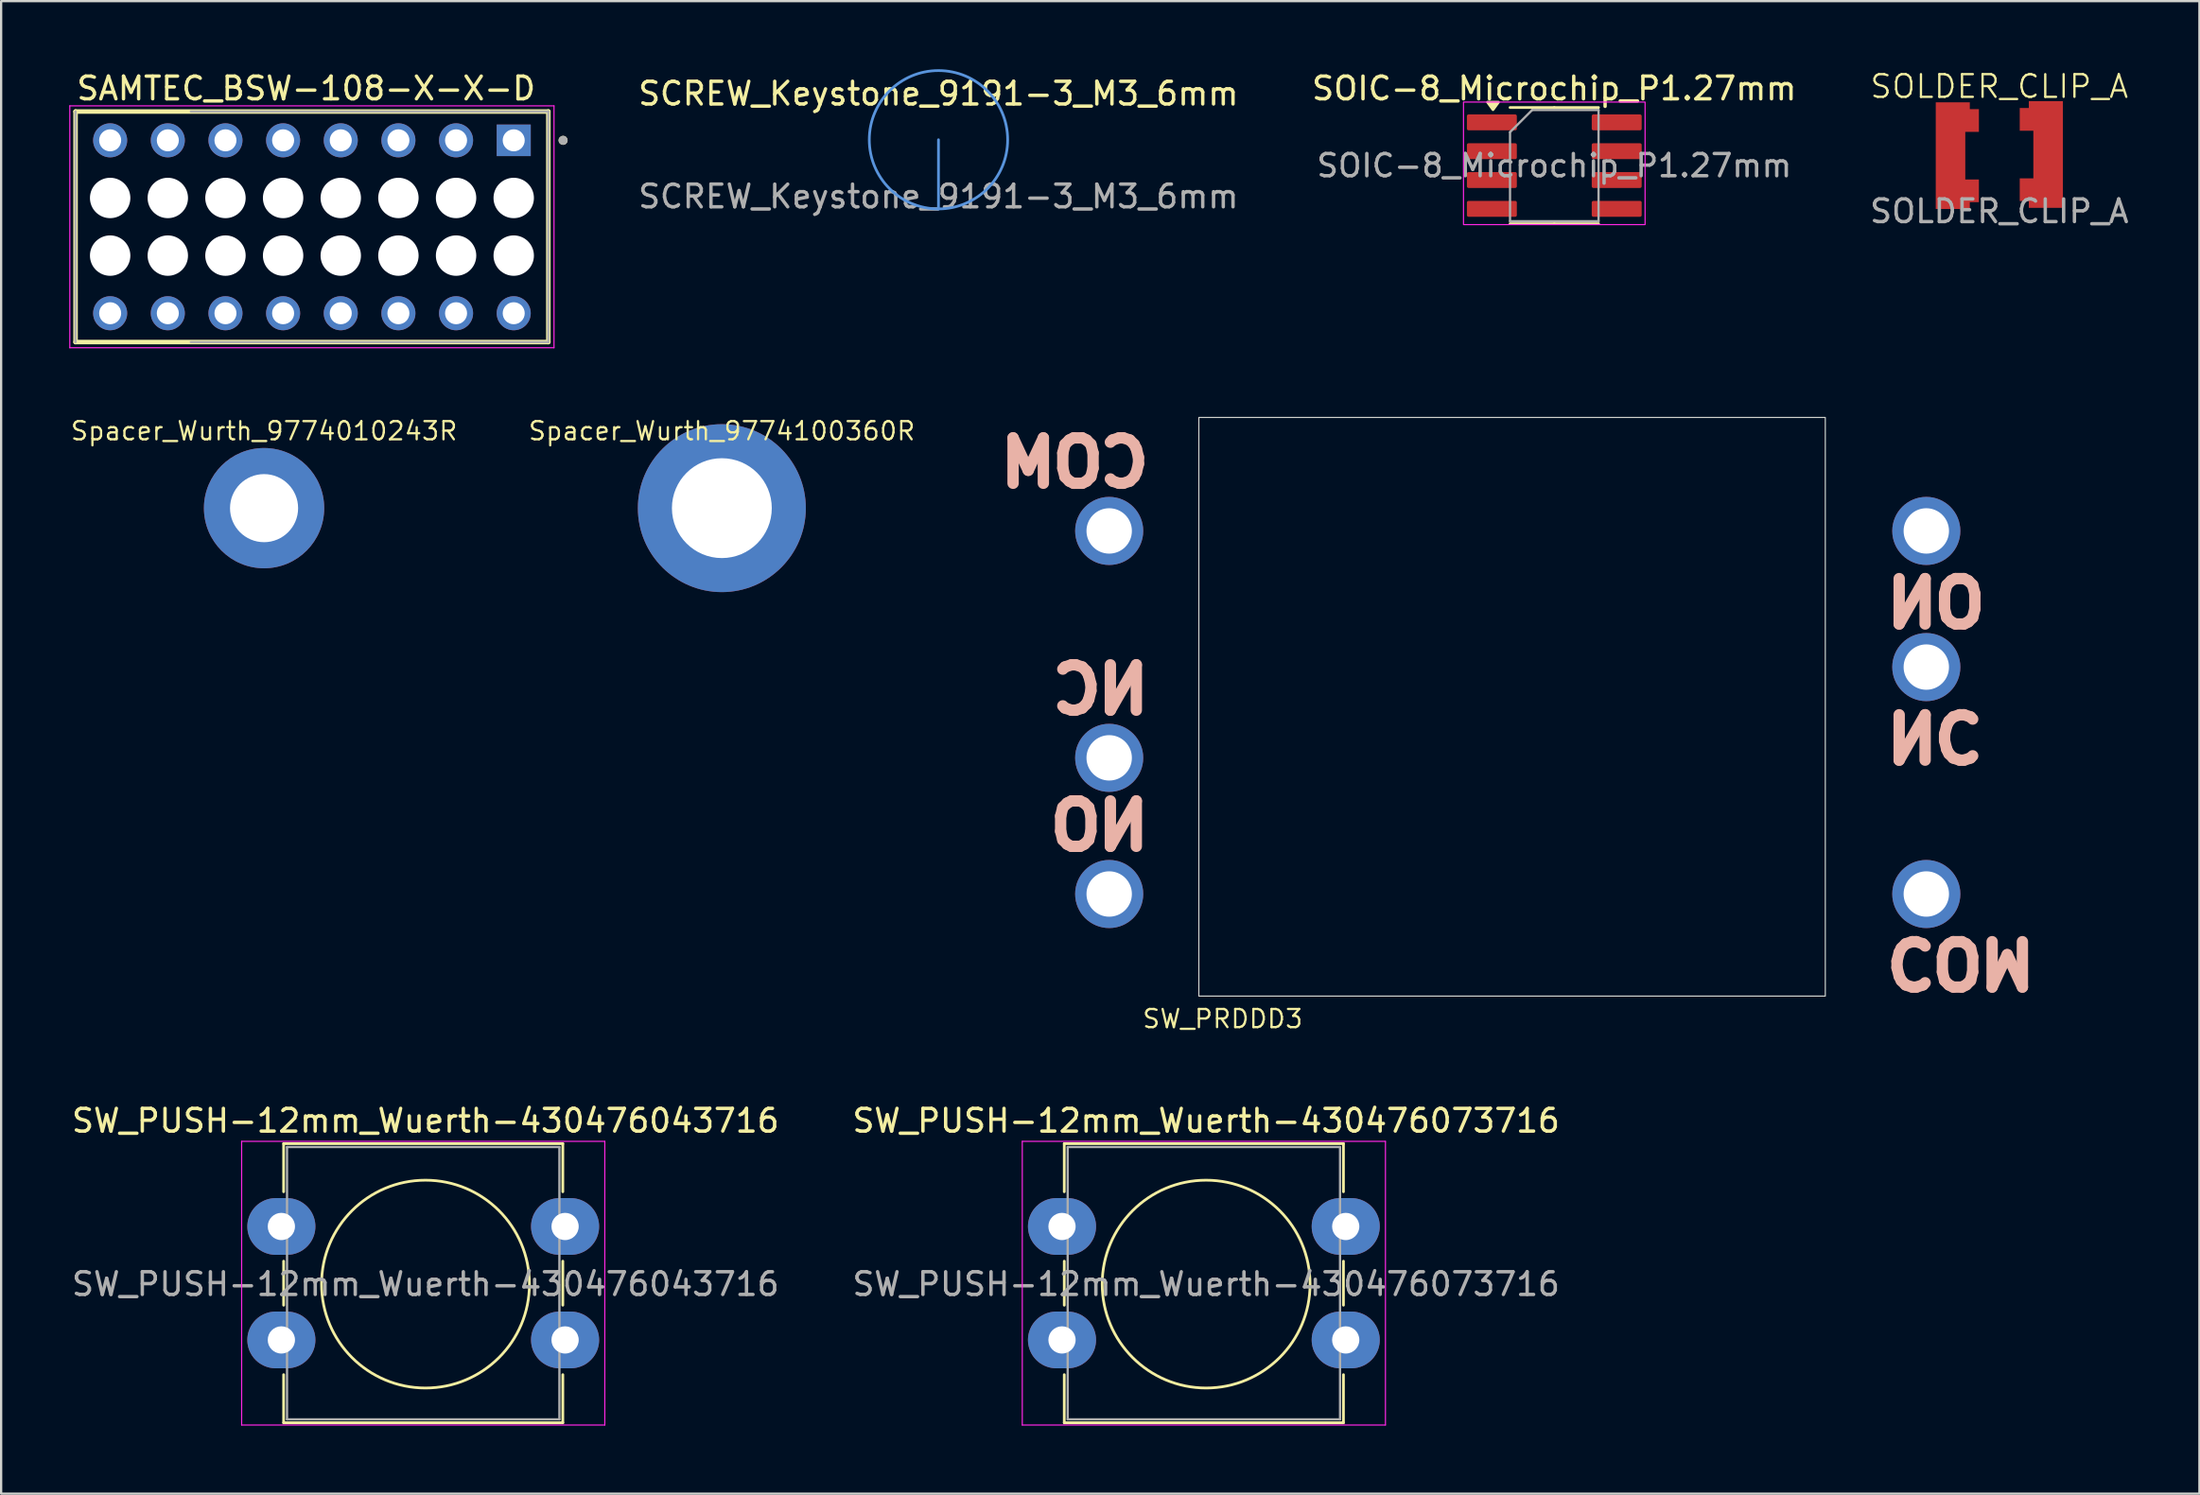
<source format=kicad_pcb>
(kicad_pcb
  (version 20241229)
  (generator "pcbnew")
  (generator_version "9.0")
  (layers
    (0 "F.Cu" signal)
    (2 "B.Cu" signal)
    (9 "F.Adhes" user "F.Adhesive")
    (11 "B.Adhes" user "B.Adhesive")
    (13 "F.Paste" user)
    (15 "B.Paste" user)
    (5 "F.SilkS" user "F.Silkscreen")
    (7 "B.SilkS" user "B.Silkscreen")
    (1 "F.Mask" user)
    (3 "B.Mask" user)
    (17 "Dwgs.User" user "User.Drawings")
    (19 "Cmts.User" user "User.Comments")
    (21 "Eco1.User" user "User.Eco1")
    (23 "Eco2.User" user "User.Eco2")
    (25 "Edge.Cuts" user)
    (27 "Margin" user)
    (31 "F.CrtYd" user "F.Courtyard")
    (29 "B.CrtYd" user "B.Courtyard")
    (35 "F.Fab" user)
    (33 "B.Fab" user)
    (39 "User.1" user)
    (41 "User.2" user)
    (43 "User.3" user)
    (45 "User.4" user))
  (footprint "SCREW_Keystone_9191-3_M3_6mm"
    (layer "F.Cu")
    (at 38.297 3.108)
    (property "Reference" "SCREW_Keystone_9191-3_M3_6mm" (at 0 -2.032 0) (unlocked yes) (layer "F.SilkS") (effects (font (size 1 1) (thickness 0.15))))
    (fp_line (start 0 3.048) (end 0 0) (stroke (width 0.12) (type default)) (layer "Cmts.User"))
    (fp_circle (center 0 0) (end 0 3.048) (stroke (width 0.12) (type default)) (fill no) (layer "Cmts.User"))
    (fp_text user "${REFERENCE}" (at 0 2.5 0) (unlocked yes) (layer "F.Fab") (effects (font (size 1 1) (thickness 0.15)))))
  (footprint "Spacer_Wurth_9774100360R"
    (layer "F.Cu")
    (at 28.753 19.343)
    (property "Reference" "Spacer_Wurth_9774100360R" (at 0 -3.4 0) (unlocked yes) (layer "F.SilkS") (effects (font (size 0.8 0.8) (thickness 0.1))))
    (attr smd)
    (pad "" np_thru_hole circle (at 0 0) (size 7.4 7.4) (drill 4.4) (layers "*.Cu" "*.Mask" "F.Paste")))
  (footprint "SW_PUSH-12mm_Wuerth-430476073716"
    (layer "F.Cu")
    (at 43.739 50.998)
    (property "Reference" "SW_PUSH-12mm_Wuerth-430476073716" (at 6.35 -4.66 180) (layer "F.SilkS") (effects (font (size 1 1) (thickness 0.15))))
    (attr through_hole)
    (fp_line (start 0.1 -3.65) (end 12.4 -3.65) (stroke (width 0.12) (type solid)) (layer "F.SilkS"))
    (fp_line (start 0.1 -1.53) (end 0.1 -3.65) (stroke (width 0.12) (type solid)) (layer "F.SilkS"))
    (fp_line (start 0.1 3.47) (end 0.1 1.53) (stroke (width 0.12) (type solid)) (layer "F.SilkS"))
    (fp_line (start 0.1 8.65) (end 0.1 6.53) (stroke (width 0.12) (type solid)) (layer "F.SilkS"))
    (fp_line (start 12.4 -3.65) (end 12.4 -1.53) (stroke (width 0.12) (type solid)) (layer "F.SilkS"))
    (fp_line (start 12.4 1.53) (end 12.4 3.47) (stroke (width 0.12) (type solid)) (layer "F.SilkS"))
    (fp_line (start 12.4 6.53) (end 12.4 8.65) (stroke (width 0.12) (type solid)) (layer "F.SilkS"))
    (fp_line (start 12.4 8.65) (end 0.1 8.65) (stroke (width 0.12) (type solid)) (layer "F.SilkS"))
    (fp_circle (center 6.35 2.54) (end 10.929 2.54) (stroke (width 0.12) (type solid)) (fill no) (layer "F.SilkS"))
    (fp_line (start -1.75 -3.75) (end -1.75 8.75) (stroke (width 0.05) (type solid)) (layer "F.CrtYd"))
    (fp_line (start -1.75 8.75) (end 14.25 8.75) (stroke (width 0.05) (type solid)) (layer "F.CrtYd"))
    (fp_line (start 14.25 -3.75) (end -1.75 -3.75) (stroke (width 0.05) (type solid)) (layer "F.CrtYd"))
    (fp_line (start 14.25 8.75) (end 14.25 -3.75) (stroke (width 0.05) (type solid)) (layer "F.CrtYd"))
    (fp_line (start 0.25 -3.5) (end 0.25 8.5) (stroke (width 0.1) (type solid)) (layer "F.Fab"))
    (fp_line (start 0.25 8.5) (end 12.25 8.5) (stroke (width 0.1) (type solid)) (layer "F.Fab"))
    (fp_line (start 12.25 -3.5) (end 0.25 -3.5) (stroke (width 0.1) (type solid)) (layer "F.Fab"))
    (fp_line (start 12.25 8.5) (end 12.25 -3.5) (stroke (width 0.1) (type solid)) (layer "F.Fab"))
    (fp_text user "${REFERENCE}" (at 6.35 2.54 180) (layer "F.Fab") (effects (font (size 1 1) (thickness 0.15))))
    (pad "1" thru_hole oval (at 0 0) (size 3 2.5) (drill 1.2) (layers "*.Cu" "*.Mask"))
    (pad "1" thru_hole oval (at 12.5 0) (size 3 2.5) (drill 1.2) (layers "*.Cu" "*.Mask"))
    (pad "2" thru_hole oval (at 0 5) (size 3 2.5) (drill 1.2) (layers "*.Cu" "*.Mask"))
    (pad "2" thru_hole oval (at 12.5 5) (size 3 2.5) (drill 1.2) (layers "*.Cu" "*.Mask")))
  (footprint "SW_PUSH-12mm_Wuerth-430476043716"
    (layer "F.Cu")
    (at 9.346 50.998)
    (property "Reference" "SW_PUSH-12mm_Wuerth-430476043716" (at 6.35 -4.66 180) (layer "F.SilkS") (effects (font (size 1 1) (thickness 0.15))))
    (attr through_hole)
    (fp_line (start 0.1 -3.65) (end 12.4 -3.65) (stroke (width 0.12) (type solid)) (layer "F.SilkS"))
    (fp_line (start 0.1 -1.53) (end 0.1 -3.65) (stroke (width 0.12) (type solid)) (layer "F.SilkS"))
    (fp_line (start 0.1 3.47) (end 0.1 1.53) (stroke (width 0.12) (type solid)) (layer "F.SilkS"))
    (fp_line (start 0.1 8.65) (end 0.1 6.53) (stroke (width 0.12) (type solid)) (layer "F.SilkS"))
    (fp_line (start 12.4 -3.65) (end 12.4 -1.53) (stroke (width 0.12) (type solid)) (layer "F.SilkS"))
    (fp_line (start 12.4 1.53) (end 12.4 3.47) (stroke (width 0.12) (type solid)) (layer "F.SilkS"))
    (fp_line (start 12.4 6.53) (end 12.4 8.65) (stroke (width 0.12) (type solid)) (layer "F.SilkS"))
    (fp_line (start 12.4 8.65) (end 0.1 8.65) (stroke (width 0.12) (type solid)) (layer "F.SilkS"))
    (fp_circle (center 6.35 2.54) (end 10.929 2.54) (stroke (width 0.12) (type solid)) (fill no) (layer "F.SilkS"))
    (fp_line (start -1.75 -3.75) (end -1.75 8.75) (stroke (width 0.05) (type solid)) (layer "F.CrtYd"))
    (fp_line (start -1.75 8.75) (end 14.25 8.75) (stroke (width 0.05) (type solid)) (layer "F.CrtYd"))
    (fp_line (start 14.25 -3.75) (end -1.75 -3.75) (stroke (width 0.05) (type solid)) (layer "F.CrtYd"))
    (fp_line (start 14.25 8.75) (end 14.25 -3.75) (stroke (width 0.05) (type solid)) (layer "F.CrtYd"))
    (fp_line (start 0.25 -3.5) (end 0.25 8.5) (stroke (width 0.1) (type solid)) (layer "F.Fab"))
    (fp_line (start 0.25 8.5) (end 12.25 8.5) (stroke (width 0.1) (type solid)) (layer "F.Fab"))
    (fp_line (start 12.25 -3.5) (end 0.25 -3.5) (stroke (width 0.1) (type solid)) (layer "F.Fab"))
    (fp_line (start 12.25 8.5) (end 12.25 -3.5) (stroke (width 0.1) (type solid)) (layer "F.Fab"))
    (fp_text user "${REFERENCE}" (at 6.35 2.54 180) (layer "F.Fab") (effects (font (size 1 1) (thickness 0.15))))
    (pad "1" thru_hole oval (at 0 0) (size 3 2.5) (drill 1.2) (layers "*.Cu" "*.Mask"))
    (pad "1" thru_hole oval (at 12.5 0) (size 3 2.5) (drill 1.2) (layers "*.Cu" "*.Mask"))
    (pad "2" thru_hole oval (at 0 5) (size 3 2.5) (drill 1.2) (layers "*.Cu" "*.Mask"))
    (pad "2" thru_hole oval (at 12.5 5) (size 3 2.5) (drill 1.2) (layers "*.Cu" "*.Mask")))
  (footprint "SOIC-8_Microchip_P1.27mm"
    (layer "F.Cu")
    (at 65.428 4.248)
    (property "Reference" "SOIC-8_Microchip_P1.27mm" (at 0 -3.4 0) (layer "F.SilkS") (effects (font (size 1 1) (thickness 0.15))))
    (attr smd)
    (fp_line (start 0 -2.56) (end -1.95 -2.56) (stroke (width 0.12) (type solid)) (layer "F.SilkS"))
    (fp_line (start 0 -2.56) (end 1.95 -2.56) (stroke (width 0.12) (type solid)) (layer "F.SilkS"))
    (fp_line (start 0 2.56) (end -1.95 2.56) (stroke (width 0.12) (type solid)) (layer "F.SilkS"))
    (fp_line (start 0 2.56) (end 1.95 2.56) (stroke (width 0.12) (type solid)) (layer "F.SilkS"))
    (fp_poly (pts (xy -2.7 -2.465) (xy -2.94 -2.795) (xy -2.46 -2.795) (xy -2.7 -2.465)) (stroke (width 0.12) (type solid)) (fill yes) (layer "F.SilkS"))
    (fp_rect (start -4 -2.8) (end 4 2.6) (stroke (width 0.05) (type default)) (fill no) (layer "F.CrtYd"))
    (fp_line (start -1.95 -1.475) (end -0.975 -2.45) (stroke (width 0.1) (type solid)) (layer "F.Fab"))
    (fp_line (start -1.95 2.45) (end -1.95 -1.475) (stroke (width 0.1) (type solid)) (layer "F.Fab"))
    (fp_line (start -0.975 -2.45) (end 1.95 -2.45) (stroke (width 0.1) (type solid)) (layer "F.Fab"))
    (fp_line (start 1.95 -2.45) (end 1.95 2.45) (stroke (width 0.1) (type solid)) (layer "F.Fab"))
    (fp_line (start 1.95 2.45) (end -1.95 2.45) (stroke (width 0.1) (type solid)) (layer "F.Fab"))
    (fp_text user "${REFERENCE}" (at 0 0 0) (layer "F.Fab") (effects (font (size 0.98 0.98) (thickness 0.15))))
    (pad "1" smd roundrect (at -2.75 -1.905) (size 2.2 0.7) (layers "F.Cu" "F.Mask" "F.Paste") (roundrect_rratio 0.1))
    (pad "2" smd roundrect (at -2.75 -0.635) (size 2.2 0.7) (layers "F.Cu" "F.Mask" "F.Paste") (roundrect_rratio 0.1))
    (pad "3" smd roundrect (at -2.75 0.635) (size 2.2 0.7) (layers "F.Cu" "F.Mask" "F.Paste") (roundrect_rratio 0.1))
    (pad "4" smd roundrect (at -2.75 1.905) (size 2.2 0.7) (layers "F.Cu" "F.Mask" "F.Paste") (roundrect_rratio 0.1))
    (pad "5" smd roundrect (at 2.75 1.905) (size 2.2 0.7) (layers "F.Cu" "F.Mask" "F.Paste") (roundrect_rratio 0.1))
    (pad "6" smd roundrect (at 2.75 0.635) (size 2.2 0.7) (layers "F.Cu" "F.Mask" "F.Paste") (roundrect_rratio 0.1))
    (pad "7" smd roundrect (at 2.75 -0.635) (size 2.2 0.7) (layers "F.Cu" "F.Mask" "F.Paste") (roundrect_rratio 0.1))
    (pad "8" smd roundrect (at 2.75 -1.905) (size 2.2 0.7) (layers "F.Cu" "F.Mask" "F.Paste") (roundrect_rratio 0.1)))
  (footprint "Spacer_Wurth_9774010243R"
    (layer "F.Cu")
    (at 8.584 19.343)
    (property "Reference" "Spacer_Wurth_9774010243R" (at 0 -3.4 0) (unlocked yes) (layer "F.SilkS") (effects (font (size 0.8 0.8) (thickness 0.1))))
    (attr smd)
    (pad "" np_thru_hole circle (at 0 0) (size 5.3 5.3) (drill 3) (layers "*.Cu" "*.Mask" "F.Paste")))
  (footprint "SOLDER_CLIP_A"
    (layer "F.Cu")
    (at 85.035 3.76)
    (property "Reference" "SOLDER_CLIP_A" (at 0 -3 0) (unlocked yes) (layer "F.SilkS") (effects (font (size 1 1) (thickness 0.1))))
    (attr smd)
    (fp_text user "${REFERENCE}" (at 0 2.5 0) (unlocked yes) (layer "F.Fab") (effects (font (size 1 1) (thickness 0.15))))
    (pad "" smd custom (at -2.3 0.05 270) (size 1 1) (property pad_prop_heatsink) (layers "F.Cu" "F.Mask" "F.Paste") (options (anchor rect)) (primitives (gr_poly (pts (xy -2.35 0.5) (xy -2.35 -1) (xy -2.05 -1) (xy -2.05 -1.4) (xy -1.05 -1.4) (xy -1.05 -0.8) (xy 0 -0.8) (xy 1.05 -0.8) (xy 1.05 -1.4) (xy 2.05 -1.4) (xy 2.05 -1) (xy 2.35 -1) (xy 2.35 0.5) (xy 0 0.5)) (width 0.001) (fill yes))))
    (pad "" smd custom (at 2.3 0 90) (size 1 1) (property pad_prop_heatsink) (layers "F.Cu" "F.Mask" "F.Paste") (options (anchor rect)) (primitives (gr_poly (pts (xy -2.35 0.5) (xy -2.35 -1) (xy -2.05 -1) (xy -2.05 -1.4) (xy -1.05 -1.4) (xy -1.05 -0.8) (xy 0 -0.8) (xy 1.05 -0.8) (xy 1.05 -1.4) (xy 2.05 -1.4) (xy 2.05 -1) (xy 2.35 -1) (xy 2.35 0.5) (xy 0 0.5)) (width 0.001) (fill yes)))))
  (footprint "SW_PRDDD3"
    (layer "F.Cu")
    (at 63.568 28.097)
    (property "Reference" "SW_PRDDD3" (at -12.75 13.75 0) (unlocked yes) (layer "F.SilkS") (effects (font (size 0.8 0.8) (thickness 0.1))))
    (attr through_hole)
    (fp_rect (start -13.8 -12.75) (end 13.8 12.75) (stroke (width 0.05) (type default)) (fill no) (layer "Edge.Cuts"))
    (fp_text user "NC" (at 16.25 1.25 180) (unlocked yes) (layer "B.SilkS") (effects (font (size 2 2) (thickness 0.5) (bold yes)) (justify left mirror)))
    (fp_text user "COM" (at 16.25 11.25 180) (unlocked yes) (layer "B.SilkS") (effects (font (size 2 2) (thickness 0.5) (bold yes)) (justify left mirror)))
    (fp_text user "NC" (at -15.75 -0.75 0) (unlocked yes) (layer "B.SilkS") (effects (font (size 2 2) (thickness 0.5) (bold yes)) (justify left mirror)))
    (fp_text user "COM" (at -15.75 -10.75 0) (unlocked yes) (layer "B.SilkS") (effects (font (size 2 2) (thickness 0.5) (bold yes)) (justify left mirror)))
    (fp_text user "NO" (at 16.25 -4.75 180) (unlocked yes) (layer "B.SilkS") (effects (font (size 2 2) (thickness 0.5) (bold yes)) (justify left mirror)))
    (fp_text user "NO" (at -15.75 5.25 0) (unlocked yes) (layer "B.SilkS") (effects (font (size 2 2) (thickness 0.5) (bold yes)) (justify left mirror)))
    (pad "1" thru_hole circle (at -17.75 2.25) (size 3 3) (drill 2) (layers "*.Cu" "*.Mask"))
    (pad "2" thru_hole circle (at -17.75 -7.75) (size 3 3) (drill 2) (layers "*.Cu" "*.Mask"))
    (pad "3" thru_hole circle (at -17.75 8.25) (size 3 3) (drill 2) (layers "*.Cu" "*.Mask"))
    (pad "4" thru_hole circle (at 18.25 -1.75) (size 3 3) (drill 2) (layers "*.Cu" "*.Mask"))
    (pad "5" thru_hole circle (at 18.25 8.25) (size 3 3) (drill 2) (layers "*.Cu" "*.Mask"))
    (pad "6" thru_hole circle (at 18.25 -7.75) (size 3 3) (drill 2) (layers "*.Cu" "*.Mask")))
  (footprint "SAMTEC_BSW-108-X-X-D"
    (layer "F.Cu")
    (at 10.693 6.944)
    (property "Reference" "SAMTEC_BSW-108-X-X-D" (at -0.254 -6.096 0) (layer "F.SilkS") (effects (font (size 1 1) (thickness 0.15))))
    (attr through_hole)
    (fp_line (start -10.415 -5.08) (end 10.415 -5.08) (stroke (width 0.2) (type solid)) (layer "F.SilkS"))
    (fp_line (start -10.415 5.08) (end -10.415 -5.08) (stroke (width 0.2) (type solid)) (layer "F.SilkS"))
    (fp_line (start 10.415 -5.08) (end 10.415 5.08) (stroke (width 0.2) (type solid)) (layer "F.SilkS"))
    (fp_line (start 10.415 5.08) (end -10.415 5.08) (stroke (width 0.2) (type solid)) (layer "F.SilkS"))
    (fp_circle (center 11.065 -3.81) (end 11.165 -3.81) (stroke (width 0.2) (type solid)) (fill no) (layer "F.SilkS"))
    (fp_line (start -10.668 -5.33) (end 10.665 -5.33) (stroke (width 0.05) (type solid)) (layer "F.CrtYd"))
    (fp_line (start -10.668 5.33) (end -10.668 -5.33) (stroke (width 0.05) (type solid)) (layer "F.CrtYd"))
    (fp_line (start 10.665 -5.33) (end 10.665 5.33) (stroke (width 0.05) (type solid)) (layer "F.CrtYd"))
    (fp_line (start 10.665 5.33) (end -10.668 5.33) (stroke (width 0.05) (type solid)) (layer "F.CrtYd"))
    (fp_line (start -10.415 -5.08) (end -10.415 5.08) (stroke (width 0.1) (type solid)) (layer "F.Fab"))
    (fp_line (start -5.335 5.08) (end 10.415 5.08) (stroke (width 0.1) (type solid)) (layer "F.Fab"))
    (fp_line (start 10.415 -5.08) (end -5.335 -5.08) (stroke (width 0.1) (type solid)) (layer "F.Fab"))
    (fp_line (start 10.415 5.08) (end 10.415 -5.08) (stroke (width 0.1) (type solid)) (layer "F.Fab"))
    (fp_circle (center 11.065 -3.81) (end 11.165 -3.81) (stroke (width 0.2) (type solid)) (fill no) (layer "F.Fab"))
    (pad "" np_thru_hole circle (at -8.89 -1.27) (size 1.78 1.78) (drill 1.78) (layers "*.Cu" "*.Mask"))
    (pad "" np_thru_hole circle (at -8.89 1.27) (size 1.78 1.78) (drill 1.78) (layers "*.Cu" "*.Mask"))
    (pad "" np_thru_hole circle (at -6.35 -1.27) (size 1.78 1.78) (drill 1.78) (layers "*.Cu" "*.Mask"))
    (pad "" np_thru_hole circle (at -6.35 1.27) (size 1.78 1.78) (drill 1.78) (layers "*.Cu" "*.Mask"))
    (pad "" np_thru_hole circle (at -3.81 -1.27) (size 1.78 1.78) (drill 1.78) (layers "*.Cu" "*.Mask"))
    (pad "" np_thru_hole circle (at -3.81 1.27) (size 1.78 1.78) (drill 1.78) (layers "*.Cu" "*.Mask"))
    (pad "" np_thru_hole circle (at -1.27 -1.27) (size 1.78 1.78) (drill 1.78) (layers "*.Cu" "*.Mask"))
    (pad "" np_thru_hole circle (at -1.27 1.27) (size 1.78 1.78) (drill 1.78) (layers "*.Cu" "*.Mask"))
    (pad "" np_thru_hole circle (at 1.27 -1.27) (size 1.78 1.78) (drill 1.78) (layers "*.Cu" "*.Mask"))
    (pad "" np_thru_hole circle (at 1.27 1.27) (size 1.78 1.78) (drill 1.78) (layers "*.Cu" "*.Mask"))
    (pad "" np_thru_hole circle (at 3.81 -1.27) (size 1.78 1.78) (drill 1.78) (layers "*.Cu" "*.Mask"))
    (pad "" np_thru_hole circle (at 3.81 1.27) (size 1.78 1.78) (drill 1.78) (layers "*.Cu" "*.Mask"))
    (pad "" np_thru_hole circle (at 6.35 -1.27) (size 1.78 1.78) (drill 1.78) (layers "*.Cu" "*.Mask"))
    (pad "" np_thru_hole circle (at 6.35 1.27) (size 1.78 1.78) (drill 1.78) (layers "*.Cu" "*.Mask"))
    (pad "" np_thru_hole circle (at 8.89 -1.27) (size 1.78 1.78) (drill 1.78) (layers "*.Cu" "*.Mask"))
    (pad "" np_thru_hole circle (at 8.89 1.27) (size 1.78 1.78) (drill 1.78) (layers "*.Cu" "*.Mask"))
    (pad "1" thru_hole rect (at 8.89 -3.81) (size 1.5 1.39) (drill 0.97) (layers "*.Cu" "*.Mask"))
    (pad "2" thru_hole circle (at 8.89 3.81) (size 1.5 1.5) (drill 0.97) (layers "*.Cu" "*.Mask"))
    (pad "3" thru_hole circle (at 6.35 -3.81) (size 1.5 1.5) (drill 0.97) (layers "*.Cu" "*.Mask"))
    (pad "4" thru_hole circle (at 6.35 3.81) (size 1.5 1.5) (drill 0.97) (layers "*.Cu" "*.Mask"))
    (pad "5" thru_hole circle (at 3.81 -3.81) (size 1.5 1.5) (drill 0.97) (layers "*.Cu" "*.Mask"))
    (pad "6" thru_hole circle (at 3.81 3.81) (size 1.5 1.5) (drill 0.97) (layers "*.Cu" "*.Mask"))
    (pad "7" thru_hole circle (at 1.27 -3.81) (size 1.5 1.5) (drill 0.97) (layers "*.Cu" "*.Mask"))
    (pad "8" thru_hole circle (at 1.27 3.81) (size 1.5 1.5) (drill 0.97) (layers "*.Cu" "*.Mask"))
    (pad "9" thru_hole circle (at -1.27 -3.81) (size 1.5 1.5) (drill 0.97) (layers "*.Cu" "*.Mask"))
    (pad "10" thru_hole circle (at -1.27 3.81) (size 1.5 1.5) (drill 0.97) (layers "*.Cu" "*.Mask"))
    (pad "11" thru_hole circle (at -3.81 -3.81) (size 1.5 1.5) (drill 0.97) (layers "*.Cu" "*.Mask"))
    (pad "12" thru_hole circle (at -3.81 3.81) (size 1.5 1.5) (drill 0.97) (layers "*.Cu" "*.Mask"))
    (pad "13" thru_hole circle (at -6.35 -3.81) (size 1.5 1.5) (drill 0.97) (layers "*.Cu" "*.Mask"))
    (pad "14" thru_hole circle (at -6.35 3.81) (size 1.5 1.5) (drill 0.97) (layers "*.Cu" "*.Mask"))
    (pad "15" thru_hole circle (at -8.89 -3.81) (size 1.5 1.5) (drill 0.97) (layers "*.Cu" "*.Mask"))
    (pad "16" thru_hole circle (at -8.89 3.81) (size 1.5 1.5) (drill 0.97) (layers "*.Cu" "*.Mask")))
  (gr_rect
    (start -3 -3)
    (end 93.851 62.773)
    (stroke (width 0.1) (type default))
    (fill no)
    (layer "Edge.Cuts")))
</source>
